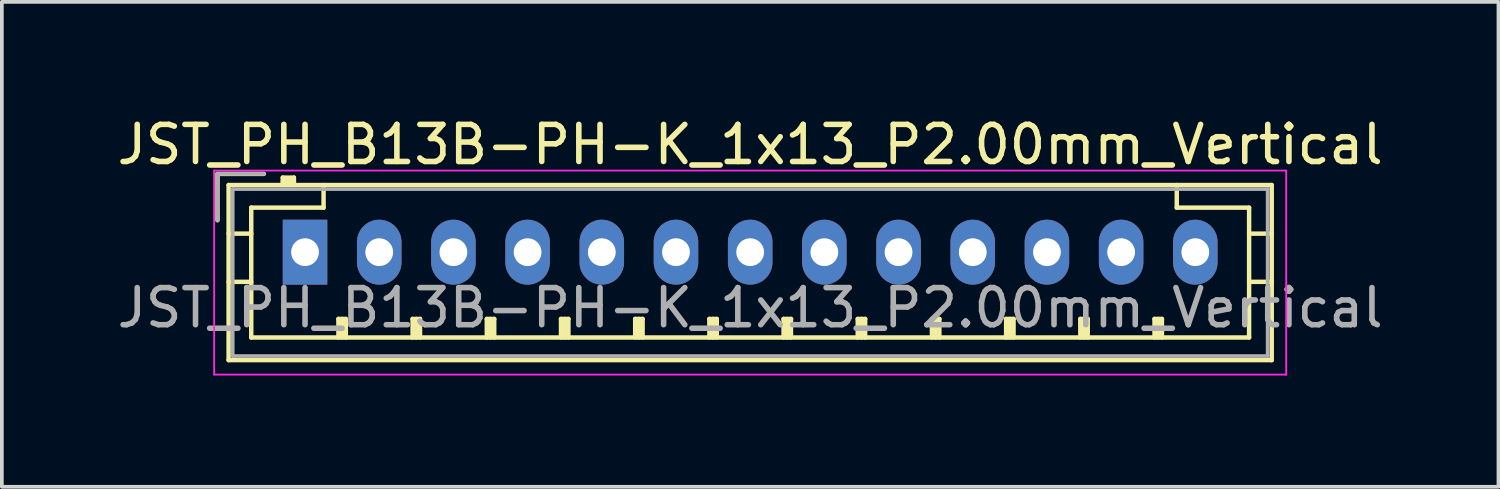
<source format=kicad_pcb>
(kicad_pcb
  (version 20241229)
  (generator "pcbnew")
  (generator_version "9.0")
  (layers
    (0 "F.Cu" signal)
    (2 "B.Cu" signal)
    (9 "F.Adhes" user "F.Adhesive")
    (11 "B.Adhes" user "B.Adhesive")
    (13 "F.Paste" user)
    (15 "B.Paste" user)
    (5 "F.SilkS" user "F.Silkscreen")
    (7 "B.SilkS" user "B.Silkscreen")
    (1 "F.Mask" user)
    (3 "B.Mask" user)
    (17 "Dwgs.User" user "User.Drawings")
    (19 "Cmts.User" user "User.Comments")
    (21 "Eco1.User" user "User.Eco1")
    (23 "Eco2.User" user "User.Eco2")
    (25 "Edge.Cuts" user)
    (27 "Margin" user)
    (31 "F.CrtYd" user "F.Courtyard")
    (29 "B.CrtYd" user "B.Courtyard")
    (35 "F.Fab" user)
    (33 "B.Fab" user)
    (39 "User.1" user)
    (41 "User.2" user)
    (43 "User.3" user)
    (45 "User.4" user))
  (footprint "JST_PH_B13B-PH-K_1x13_P2.00mm_Vertical"
    (layer "F.Cu")
    (at 5.173 3.748)
    (property "Reference" "JST_PH_B13B-PH-K_1x13_P2.00mm_Vertical" (at 12 -2.9 0) (layer "F.SilkS") (effects (font (size 1 1) (thickness 0.15))))
    (attr through_hole)
    (fp_line (start -2.36 -2.11) (end -2.36 -0.86) (stroke (width 0.12) (type solid)) (layer "F.SilkS"))
    (fp_line (start -2.06 -1.81) (end -2.06 2.91) (stroke (width 0.12) (type solid)) (layer "F.SilkS"))
    (fp_line (start -2.06 -0.5) (end -1.45 -0.5) (stroke (width 0.12) (type solid)) (layer "F.SilkS"))
    (fp_line (start -2.06 0.8) (end -1.45 0.8) (stroke (width 0.12) (type solid)) (layer "F.SilkS"))
    (fp_line (start -2.06 2.91) (end 26.06 2.91) (stroke (width 0.12) (type solid)) (layer "F.SilkS"))
    (fp_line (start -1.45 -1.2) (end -1.45 2.3) (stroke (width 0.12) (type solid)) (layer "F.SilkS"))
    (fp_line (start -1.45 2.3) (end 25.45 2.3) (stroke (width 0.12) (type solid)) (layer "F.SilkS"))
    (fp_line (start -1.11 -2.11) (end -2.36 -2.11) (stroke (width 0.12) (type solid)) (layer "F.SilkS"))
    (fp_line (start -0.6 -2.01) (end -0.6 -1.81) (stroke (width 0.12) (type solid)) (layer "F.SilkS"))
    (fp_line (start -0.3 -2.01) (end -0.6 -2.01) (stroke (width 0.12) (type solid)) (layer "F.SilkS"))
    (fp_line (start -0.3 -1.91) (end -0.6 -1.91) (stroke (width 0.12) (type solid)) (layer "F.SilkS"))
    (fp_line (start -0.3 -1.81) (end -0.3 -2.01) (stroke (width 0.12) (type solid)) (layer "F.SilkS"))
    (fp_line (start 0.5 -1.81) (end 0.5 -1.2) (stroke (width 0.12) (type solid)) (layer "F.SilkS"))
    (fp_line (start 0.5 -1.2) (end -1.45 -1.2) (stroke (width 0.12) (type solid)) (layer "F.SilkS"))
    (fp_line (start 0.9 1.8) (end 1.1 1.8) (stroke (width 0.12) (type solid)) (layer "F.SilkS"))
    (fp_line (start 0.9 2.3) (end 0.9 1.8) (stroke (width 0.12) (type solid)) (layer "F.SilkS"))
    (fp_line (start 1 2.3) (end 1 1.8) (stroke (width 0.12) (type solid)) (layer "F.SilkS"))
    (fp_line (start 1.1 1.8) (end 1.1 2.3) (stroke (width 0.12) (type solid)) (layer "F.SilkS"))
    (fp_line (start 2.9 1.8) (end 3.1 1.8) (stroke (width 0.12) (type solid)) (layer "F.SilkS"))
    (fp_line (start 2.9 2.3) (end 2.9 1.8) (stroke (width 0.12) (type solid)) (layer "F.SilkS"))
    (fp_line (start 3 2.3) (end 3 1.8) (stroke (width 0.12) (type solid)) (layer "F.SilkS"))
    (fp_line (start 3.1 1.8) (end 3.1 2.3) (stroke (width 0.12) (type solid)) (layer "F.SilkS"))
    (fp_line (start 4.9 1.8) (end 5.1 1.8) (stroke (width 0.12) (type solid)) (layer "F.SilkS"))
    (fp_line (start 4.9 2.3) (end 4.9 1.8) (stroke (width 0.12) (type solid)) (layer "F.SilkS"))
    (fp_line (start 5 2.3) (end 5 1.8) (stroke (width 0.12) (type solid)) (layer "F.SilkS"))
    (fp_line (start 5.1 1.8) (end 5.1 2.3) (stroke (width 0.12) (type solid)) (layer "F.SilkS"))
    (fp_line (start 6.9 1.8) (end 7.1 1.8) (stroke (width 0.12) (type solid)) (layer "F.SilkS"))
    (fp_line (start 6.9 2.3) (end 6.9 1.8) (stroke (width 0.12) (type solid)) (layer "F.SilkS"))
    (fp_line (start 7 2.3) (end 7 1.8) (stroke (width 0.12) (type solid)) (layer "F.SilkS"))
    (fp_line (start 7.1 1.8) (end 7.1 2.3) (stroke (width 0.12) (type solid)) (layer "F.SilkS"))
    (fp_line (start 8.9 1.8) (end 9.1 1.8) (stroke (width 0.12) (type solid)) (layer "F.SilkS"))
    (fp_line (start 8.9 2.3) (end 8.9 1.8) (stroke (width 0.12) (type solid)) (layer "F.SilkS"))
    (fp_line (start 9 2.3) (end 9 1.8) (stroke (width 0.12) (type solid)) (layer "F.SilkS"))
    (fp_line (start 9.1 1.8) (end 9.1 2.3) (stroke (width 0.12) (type solid)) (layer "F.SilkS"))
    (fp_line (start 10.9 1.8) (end 11.1 1.8) (stroke (width 0.12) (type solid)) (layer "F.SilkS"))
    (fp_line (start 10.9 2.3) (end 10.9 1.8) (stroke (width 0.12) (type solid)) (layer "F.SilkS"))
    (fp_line (start 11 2.3) (end 11 1.8) (stroke (width 0.12) (type solid)) (layer "F.SilkS"))
    (fp_line (start 11.1 1.8) (end 11.1 2.3) (stroke (width 0.12) (type solid)) (layer "F.SilkS"))
    (fp_line (start 12.9 1.8) (end 13.1 1.8) (stroke (width 0.12) (type solid)) (layer "F.SilkS"))
    (fp_line (start 12.9 2.3) (end 12.9 1.8) (stroke (width 0.12) (type solid)) (layer "F.SilkS"))
    (fp_line (start 13 2.3) (end 13 1.8) (stroke (width 0.12) (type solid)) (layer "F.SilkS"))
    (fp_line (start 13.1 1.8) (end 13.1 2.3) (stroke (width 0.12) (type solid)) (layer "F.SilkS"))
    (fp_line (start 14.9 1.8) (end 15.1 1.8) (stroke (width 0.12) (type solid)) (layer "F.SilkS"))
    (fp_line (start 14.9 2.3) (end 14.9 1.8) (stroke (width 0.12) (type solid)) (layer "F.SilkS"))
    (fp_line (start 15 2.3) (end 15 1.8) (stroke (width 0.12) (type solid)) (layer "F.SilkS"))
    (fp_line (start 15.1 1.8) (end 15.1 2.3) (stroke (width 0.12) (type solid)) (layer "F.SilkS"))
    (fp_line (start 16.9 1.8) (end 17.1 1.8) (stroke (width 0.12) (type solid)) (layer "F.SilkS"))
    (fp_line (start 16.9 2.3) (end 16.9 1.8) (stroke (width 0.12) (type solid)) (layer "F.SilkS"))
    (fp_line (start 17 2.3) (end 17 1.8) (stroke (width 0.12) (type solid)) (layer "F.SilkS"))
    (fp_line (start 17.1 1.8) (end 17.1 2.3) (stroke (width 0.12) (type solid)) (layer "F.SilkS"))
    (fp_line (start 18.9 1.8) (end 19.1 1.8) (stroke (width 0.12) (type solid)) (layer "F.SilkS"))
    (fp_line (start 18.9 2.3) (end 18.9 1.8) (stroke (width 0.12) (type solid)) (layer "F.SilkS"))
    (fp_line (start 19 2.3) (end 19 1.8) (stroke (width 0.12) (type solid)) (layer "F.SilkS"))
    (fp_line (start 19.1 1.8) (end 19.1 2.3) (stroke (width 0.12) (type solid)) (layer "F.SilkS"))
    (fp_line (start 20.9 1.8) (end 21.1 1.8) (stroke (width 0.12) (type solid)) (layer "F.SilkS"))
    (fp_line (start 20.9 2.3) (end 20.9 1.8) (stroke (width 0.12) (type solid)) (layer "F.SilkS"))
    (fp_line (start 21 2.3) (end 21 1.8) (stroke (width 0.12) (type solid)) (layer "F.SilkS"))
    (fp_line (start 21.1 1.8) (end 21.1 2.3) (stroke (width 0.12) (type solid)) (layer "F.SilkS"))
    (fp_line (start 22.9 1.8) (end 23.1 1.8) (stroke (width 0.12) (type solid)) (layer "F.SilkS"))
    (fp_line (start 22.9 2.3) (end 22.9 1.8) (stroke (width 0.12) (type solid)) (layer "F.SilkS"))
    (fp_line (start 23 2.3) (end 23 1.8) (stroke (width 0.12) (type solid)) (layer "F.SilkS"))
    (fp_line (start 23.1 1.8) (end 23.1 2.3) (stroke (width 0.12) (type solid)) (layer "F.SilkS"))
    (fp_line (start 23.5 -1.2) (end 23.5 -1.81) (stroke (width 0.12) (type solid)) (layer "F.SilkS"))
    (fp_line (start 25.45 -1.2) (end 23.5 -1.2) (stroke (width 0.12) (type solid)) (layer "F.SilkS"))
    (fp_line (start 25.45 2.3) (end 25.45 -1.2) (stroke (width 0.12) (type solid)) (layer "F.SilkS"))
    (fp_line (start 26.06 -1.81) (end -2.06 -1.81) (stroke (width 0.12) (type solid)) (layer "F.SilkS"))
    (fp_line (start 26.06 -0.5) (end 25.45 -0.5) (stroke (width 0.12) (type solid)) (layer "F.SilkS"))
    (fp_line (start 26.06 0.8) (end 25.45 0.8) (stroke (width 0.12) (type solid)) (layer "F.SilkS"))
    (fp_line (start 26.06 2.91) (end 26.06 -1.81) (stroke (width 0.12) (type solid)) (layer "F.SilkS"))
    (fp_line (start -2.45 -2.2) (end -2.45 3.3) (stroke (width 0.05) (type solid)) (layer "F.CrtYd"))
    (fp_line (start -2.45 3.3) (end 26.45 3.3) (stroke (width 0.05) (type solid)) (layer "F.CrtYd"))
    (fp_line (start 26.45 -2.2) (end -2.45 -2.2) (stroke (width 0.05) (type solid)) (layer "F.CrtYd"))
    (fp_line (start 26.45 3.3) (end 26.45 -2.2) (stroke (width 0.05) (type solid)) (layer "F.CrtYd"))
    (fp_line (start -2.36 -2.11) (end -2.36 -0.86) (stroke (width 0.1) (type solid)) (layer "F.Fab"))
    (fp_line (start -1.95 -1.7) (end -1.95 2.8) (stroke (width 0.1) (type solid)) (layer "F.Fab"))
    (fp_line (start -1.95 2.8) (end 25.95 2.8) (stroke (width 0.1) (type solid)) (layer "F.Fab"))
    (fp_line (start -1.11 -2.11) (end -2.36 -2.11) (stroke (width 0.1) (type solid)) (layer "F.Fab"))
    (fp_line (start 25.95 -1.7) (end -1.95 -1.7) (stroke (width 0.1) (type solid)) (layer "F.Fab"))
    (fp_line (start 25.95 2.8) (end 25.95 -1.7) (stroke (width 0.1) (type solid)) (layer "F.Fab"))
    (fp_text user "${REFERENCE}" (at 12 1.5 0) (layer "F.Fab") (effects (font (size 1 1) (thickness 0.15))))
    (pad "1" thru_hole rect (at 0 0) (size 1.2 1.75) (drill 0.75) (layers "*.Cu" "*.Mask"))
    (pad "2" thru_hole oval (at 2 0) (size 1.2 1.75) (drill 0.75) (layers "*.Cu" "*.Mask"))
    (pad "3" thru_hole oval (at 4 0) (size 1.2 1.75) (drill 0.75) (layers "*.Cu" "*.Mask"))
    (pad "4" thru_hole oval (at 6 0) (size 1.2 1.75) (drill 0.75) (layers "*.Cu" "*.Mask"))
    (pad "5" thru_hole oval (at 8 0) (size 1.2 1.75) (drill 0.75) (layers "*.Cu" "*.Mask"))
    (pad "6" thru_hole oval (at 10 0) (size 1.2 1.75) (drill 0.75) (layers "*.Cu" "*.Mask"))
    (pad "7" thru_hole oval (at 12 0) (size 1.2 1.75) (drill 0.75) (layers "*.Cu" "*.Mask"))
    (pad "8" thru_hole oval (at 14 0) (size 1.2 1.75) (drill 0.75) (layers "*.Cu" "*.Mask"))
    (pad "9" thru_hole oval (at 16 0) (size 1.2 1.75) (drill 0.75) (layers "*.Cu" "*.Mask"))
    (pad "10" thru_hole oval (at 18 0) (size 1.2 1.75) (drill 0.75) (layers "*.Cu" "*.Mask"))
    (pad "11" thru_hole oval (at 20 0) (size 1.2 1.75) (drill 0.75) (layers "*.Cu" "*.Mask"))
    (pad "12" thru_hole oval (at 22 0) (size 1.2 1.75) (drill 0.75) (layers "*.Cu" "*.Mask"))
    (pad "13" thru_hole oval (at 24 0) (size 1.2 1.75) (drill 0.75) (layers "*.Cu" "*.Mask")))
  (gr_rect
    (start -3 -3)
    (end 37.345 10.073)
    (stroke (width 0.1) (type default))
    (fill no)
    (layer "Edge.Cuts")))
</source>
